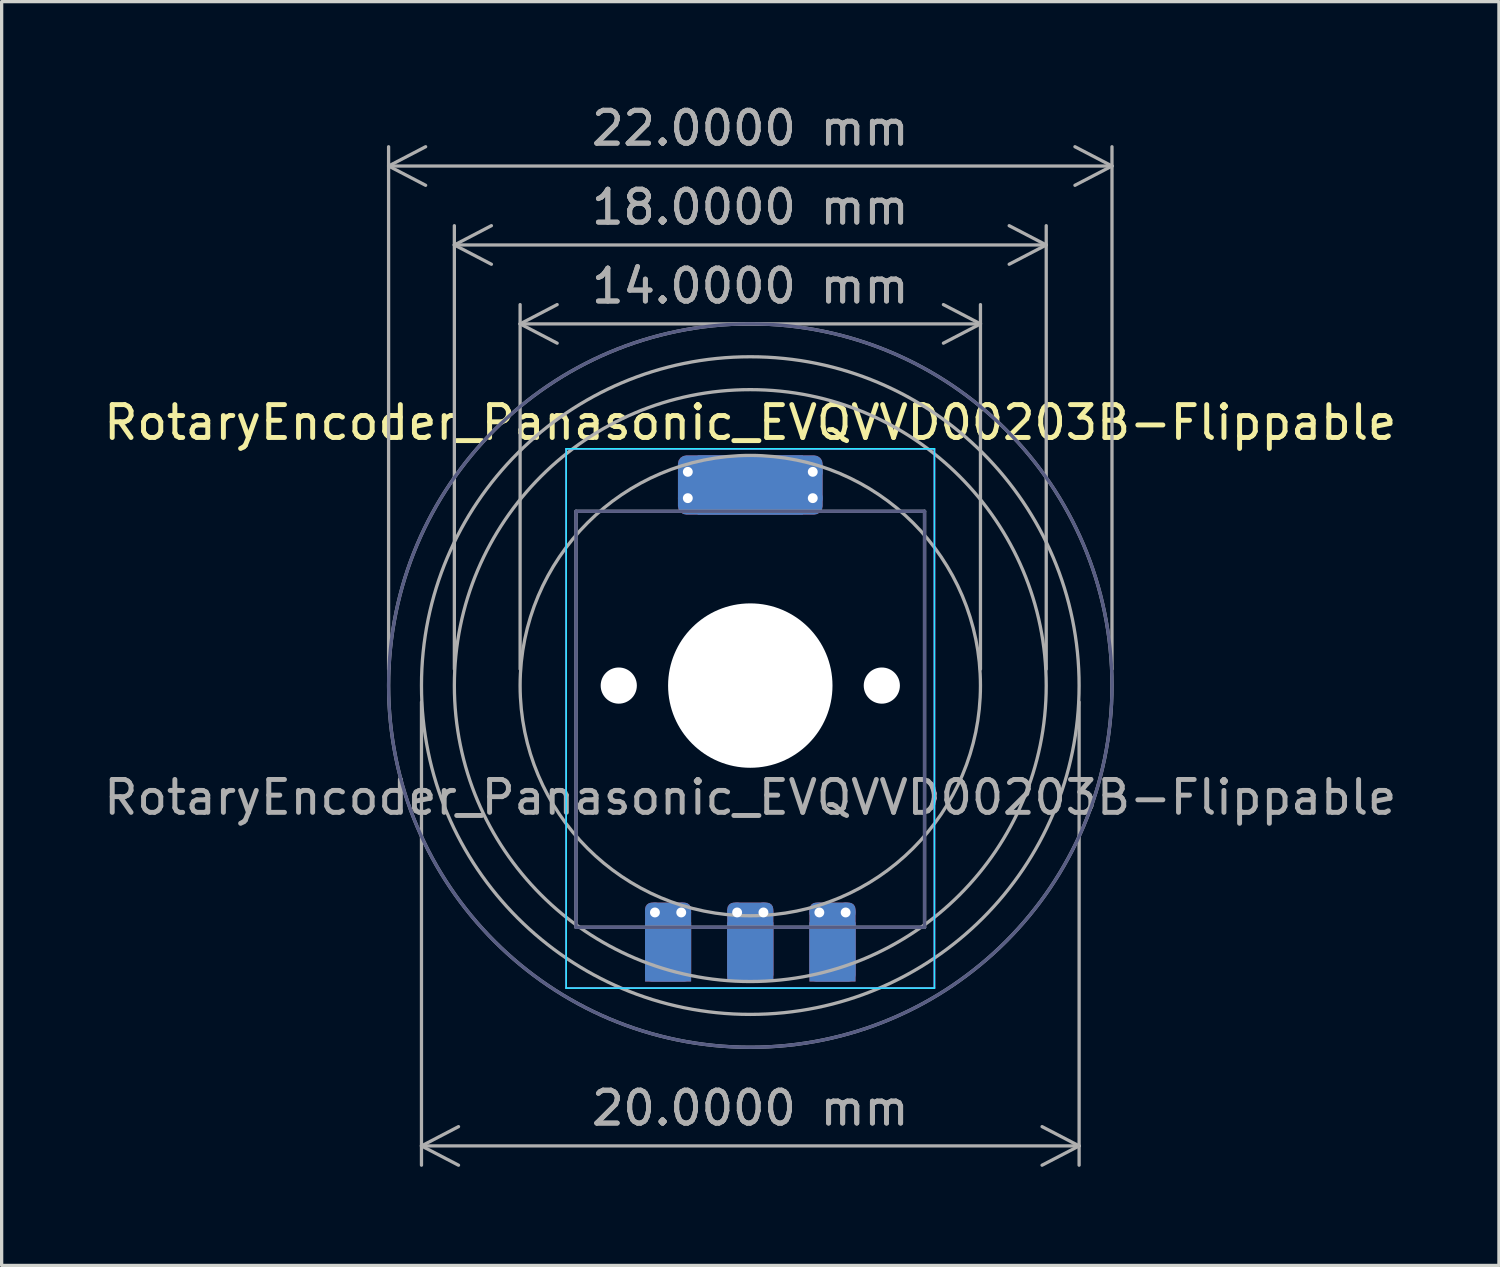
<source format=kicad_pcb>
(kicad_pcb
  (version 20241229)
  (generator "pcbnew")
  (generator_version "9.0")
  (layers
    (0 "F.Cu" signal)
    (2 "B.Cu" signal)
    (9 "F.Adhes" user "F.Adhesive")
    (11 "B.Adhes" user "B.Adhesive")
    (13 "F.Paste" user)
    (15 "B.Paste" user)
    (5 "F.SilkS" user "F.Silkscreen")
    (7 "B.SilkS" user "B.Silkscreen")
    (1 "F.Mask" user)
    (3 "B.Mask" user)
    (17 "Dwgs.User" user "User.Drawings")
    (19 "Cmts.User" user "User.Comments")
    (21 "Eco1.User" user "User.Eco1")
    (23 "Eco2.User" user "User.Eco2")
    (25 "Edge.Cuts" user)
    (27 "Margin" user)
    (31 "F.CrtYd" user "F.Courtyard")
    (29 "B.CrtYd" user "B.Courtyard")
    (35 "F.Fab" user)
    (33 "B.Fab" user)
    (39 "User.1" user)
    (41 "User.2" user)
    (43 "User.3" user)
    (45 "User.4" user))
  (footprint "RotaryEncoder_Panasonic_EVQVVD00203B-Flippable"
    (layer "F.Cu")
    (at 19.768 17.8)
    (property "Reference" "RotaryEncoder_Panasonic_EVQVVD00203B-Flippable" (at 0 -8 0) (layer "F.SilkS") (effects (font (size 1 1) (thickness 0.15))))
    (attr smd)
    (fp_line (start -5.6 -7.2) (end -5.6 9.2) (stroke (width 0.05) (type solid)) (layer "B.CrtYd"))
    (fp_line (start -5.6 -7.2) (end 5.6 -7.2) (stroke (width 0.05) (type solid)) (layer "B.CrtYd"))
    (fp_line (start -5.6 9.2) (end 5.6 9.2) (stroke (width 0.05) (type solid)) (layer "B.CrtYd"))
    (fp_line (start 5.6 -7.2) (end 5.6 9.2) (stroke (width 0.05) (type solid)) (layer "B.CrtYd"))
    (fp_line (start -5.6 -7.2) (end -5.6 9.2) (stroke (width 0.05) (type solid)) (layer "F.CrtYd"))
    (fp_line (start 5.6 -7.2) (end -5.6 -7.2) (stroke (width 0.05) (type solid)) (layer "F.CrtYd"))
    (fp_line (start 5.6 -7.2) (end 5.6 9.2) (stroke (width 0.05) (type solid)) (layer "F.CrtYd"))
    (fp_line (start 5.6 9.2) (end -5.6 9.2) (stroke (width 0.05) (type solid)) (layer "F.CrtYd"))
    (fp_line (start -5.3 -5.3) (end -5.3 7.35) (stroke (width 0.1) (type default)) (layer "B.Fab"))
    (fp_line (start -5.3 -5.3) (end 5.3 -5.3) (stroke (width 0.1) (type default)) (layer "B.Fab"))
    (fp_line (start -5.3 7.35) (end 5.3 7.35) (stroke (width 0.1) (type default)) (layer "B.Fab"))
    (fp_line (start -1.5 0) (end -1.5 1.3) (stroke (width 0.1) (type default)) (layer "B.Fab"))
    (fp_line (start -1.5 1.315) (end -1.5 -1.315) (stroke (width 0.1) (type default)) (layer "B.Fab"))
    (fp_line (start 1.5 1.315) (end 1.5 -1.315) (stroke (width 0.1) (type default)) (layer "B.Fab"))
    (fp_line (start 5.3 -5.3) (end 5.3 7.35) (stroke (width 0.1) (type default)) (layer "B.Fab"))
    (fp_arc (start -1.5 -1.315057) (mid 0 -2) (end 1.5 -1.315057) (stroke (width 0.1) (type default)) (layer "B.Fab"))
    (fp_arc (start 1.5 1.315057) (mid 0 2) (end -1.5 1.315057) (stroke (width 0.1) (type default)) (layer "B.Fab"))
    (fp_circle (center 0 0) (end 0 -11) (stroke (width 0.1) (type default)) (fill no) (layer "B.Fab"))
    (fp_line (start -5.3 -5.3) (end -5.3 7.35) (stroke (width 0.1) (type default)) (layer "F.Fab"))
    (fp_line (start -1.5 1.315) (end -1.5 -1.315) (stroke (width 0.1) (type default)) (layer "F.Fab"))
    (fp_line (start 1.5 0) (end 1.5 1.3) (stroke (width 0.1) (type default)) (layer "F.Fab"))
    (fp_line (start 1.5 1.315) (end 1.5 -1.315) (stroke (width 0.1) (type default)) (layer "F.Fab"))
    (fp_line (start 5.3 -5.3) (end -5.3 -5.3) (stroke (width 0.1) (type default)) (layer "F.Fab"))
    (fp_line (start 5.3 -5.3) (end 5.3 7.35) (stroke (width 0.1) (type default)) (layer "F.Fab"))
    (fp_line (start 5.3 7.35) (end -5.3 7.35) (stroke (width 0.1) (type default)) (layer "F.Fab"))
    (fp_arc (start -1.5 -1.315057) (mid 0 -2) (end 1.5 -1.315057) (stroke (width 0.1) (type default)) (layer "F.Fab"))
    (fp_arc (start 1.5 1.315057) (mid 0 2) (end -1.5 1.315057) (stroke (width 0.1) (type default)) (layer "F.Fab"))
    (fp_circle (center 0 0) (end -9 0) (stroke (width 0.1) (type default)) (fill no) (layer "F.Fab"))
    (fp_circle (center 0 0) (end -7 0) (stroke (width 0.1) (type default)) (fill no) (layer "F.Fab"))
    (fp_circle (center 0 0) (end 0 -11) (stroke (width 0.1) (type default)) (fill no) (layer "F.Fab"))
    (fp_circle (center 0 0) (end 0 -10) (stroke (width 0.1) (type default)) (fill no) (layer "F.Fab"))
    (fp_text user "${REFERENCE}" (at 0 3.4 0) (layer "F.Fab") (effects (font (size 1 1) (thickness 0.15))))
    (dimension (type aligned) (layer "F.Fab") (pts (xy 12.768 17.8) (xy 26.768 17.8)) (height -11) (format (prefix "") (suffix "") (units 3) (units_format 1) (precision 4)) (style (thickness 0.1) (arrow_length 1.27) (text_position_mode 0) (arrow_direction outward) (extension_height 0.586) (extension_offset 0.5) (keep_text_aligned yes)) (gr_text "14.0000 mm" (at 19.768 5.65 0) (layer "F.Fab") (effects (font (size 1 1) (thickness 0.15)))))
    (dimension (type aligned) (layer "F.Fab") (pts (xy 29.768 17.8) (xy 9.768 17.8)) (height -14) (format (prefix "") (suffix "") (units 3) (units_format 1) (precision 4)) (style (thickness 0.1) (arrow_length 1.27) (text_position_mode 0) (arrow_direction outward) (extension_height 0.586) (extension_offset 0.5) (keep_text_aligned yes)) (gr_text "20.0000 mm" (at 19.768 30.65 0) (layer "F.Fab") (effects (font (size 1 1) (thickness 0.15)))))
    (dimension (type aligned) (layer "F.Fab") (pts (xy 10.768 17.8) (xy 28.768 17.8)) (height -13.4) (format (prefix "") (suffix "") (units 3) (units_format 1) (precision 4)) (style (thickness 0.1) (arrow_length 1.27) (text_position_mode 0) (arrow_direction outward) (extension_height 0.586) (extension_offset 0.5) (keep_text_aligned yes)) (gr_text "18.0000 mm" (at 19.768 3.25 0) (layer "F.Fab") (effects (font (size 1 1) (thickness 0.15)))))
    (dimension (type aligned) (layer "F.Fab") (pts (xy 8.768 17.8) (xy 30.768 17.8)) (height -15.801) (format (prefix "") (suffix "") (units 3) (units_format 1) (precision 4)) (style (thickness 0.1) (arrow_length 1.27) (text_position_mode 0) (arrow_direction outward) (extension_height 0.586) (extension_offset 0.5) (keep_text_aligned yes)) (gr_text "22.0000 mm" (at 19.768 0.848 0) (layer "F.Fab") (effects (font (size 1 1) (thickness 0.15)))))
    (pad "" np_thru_hole circle (at -4 0) (size 1.1 1.1) (drill 1.1) (layers "*.Cu" "*.Mask"))
    (pad "" np_thru_hole circle (at 0 0) (size 5 5) (drill 5) (layers "*.Cu" "*.Mask"))
    (pad "" np_thru_hole circle (at 4 0) (size 1.1 1.1) (drill 1.1) (layers "*.Cu" "*.Mask"))
    (pad "A" thru_hole circle (at -2.9 6.9 90) (size 0.6 0.6) (drill 0.3) (layers "*.Cu"))
    (pad "A" smd roundrect (at -2.5 7.8) (size 1.4 2.4) (layers "F.Cu") (roundrect_rratio 0.143))
    (pad "A" smd roundrect (at -2.5 7.8) (size 1.4 2.4) (layers "B.Cu") (roundrect_rratio 0.143))
    (pad "A" smd rect (at -2.5 8.1) (size 1.4 1.8) (layers "F.Cu" "F.Mask"))
    (pad "A" smd rect (at -2.5 8.1) (size 1.4 1.8) (layers "B.Cu" "B.Mask"))
    (pad "A" thru_hole circle (at -2.1 6.9 90) (size 0.6 0.6) (drill 0.3) (layers "*.Cu"))
    (pad "B" thru_hole circle (at 2.1 6.9 90) (size 0.6 0.6) (drill 0.3) (layers "*.Cu"))
    (pad "B" smd roundrect (at 2.5 7.8) (size 1.4 2.4) (layers "F.Cu") (roundrect_rratio 0.143))
    (pad "B" smd roundrect (at 2.5 7.8) (size 1.4 2.4) (layers "B.Cu") (roundrect_rratio 0.143))
    (pad "B" smd rect (at 2.5 8.1) (size 1.4 1.8) (layers "F.Cu" "F.Mask"))
    (pad "B" smd rect (at 2.5 8.1) (size 1.4 1.8) (layers "B.Cu" "B.Mask"))
    (pad "B" thru_hole circle (at 2.9 6.9 90) (size 0.6 0.6) (drill 0.3) (layers "*.Cu"))
    (pad "C" thru_hole circle (at -1.9 -6.5 180) (size 0.6 0.6) (drill 0.3) (layers "*.Cu"))
    (pad "C" thru_hole circle (at -1.9 -5.7 180) (size 0.6 0.6) (drill 0.3) (layers "*.Cu"))
    (pad "C" thru_hole circle (at -0.4 6.9 90) (size 0.6 0.6) (drill 0.3) (layers "*.Cu"))
    (pad "C" smd rect (at 0 -6.1 90) (size 1.8 3.2) (layers "F.Cu" "F.Mask"))
    (pad "C" smd rect (at 0 -6.1 270) (size 1.8 3.2) (layers "B.Cu" "B.Mask"))
    (pad "C" smd roundrect (at 0 -6.1 270) (size 1.8 4.4) (layers "F.Cu") (roundrect_rratio 0.143))
    (pad "C" smd roundrect (at 0 -6.1 90) (size 1.8 4.4) (layers "B.Cu") (roundrect_rratio 0.143))
    (pad "C" smd roundrect (at 0 7.8) (size 1.4 2.4) (layers "F.Cu") (roundrect_rratio 0.143))
    (pad "C" smd roundrect (at 0 7.8) (size 1.4 2.4) (layers "B.Cu") (roundrect_rratio 0.143))
    (pad "C" smd rect (at 0 8.1) (size 1.4 1.8) (layers "F.Cu" "F.Mask"))
    (pad "C" smd rect (at 0 8.1) (size 1.4 1.8) (layers "B.Cu" "B.Mask"))
    (pad "C" thru_hole circle (at 0.4 6.9 90) (size 0.6 0.6) (drill 0.3) (layers "*.Cu"))
    (pad "C" thru_hole circle (at 1.9 -6.5 180) (size 0.6 0.6) (drill 0.3) (layers "*.Cu"))
    (pad "C" thru_hole circle (at 1.9 -5.7 180) (size 0.6 0.6) (drill 0.3) (layers "*.Cu")))
  (gr_rect
    (start -3 -3)
    (end 42.536 35.436)
    (stroke (width 0.1) (type default))
    (fill no)
    (layer "Edge.Cuts")))
</source>
